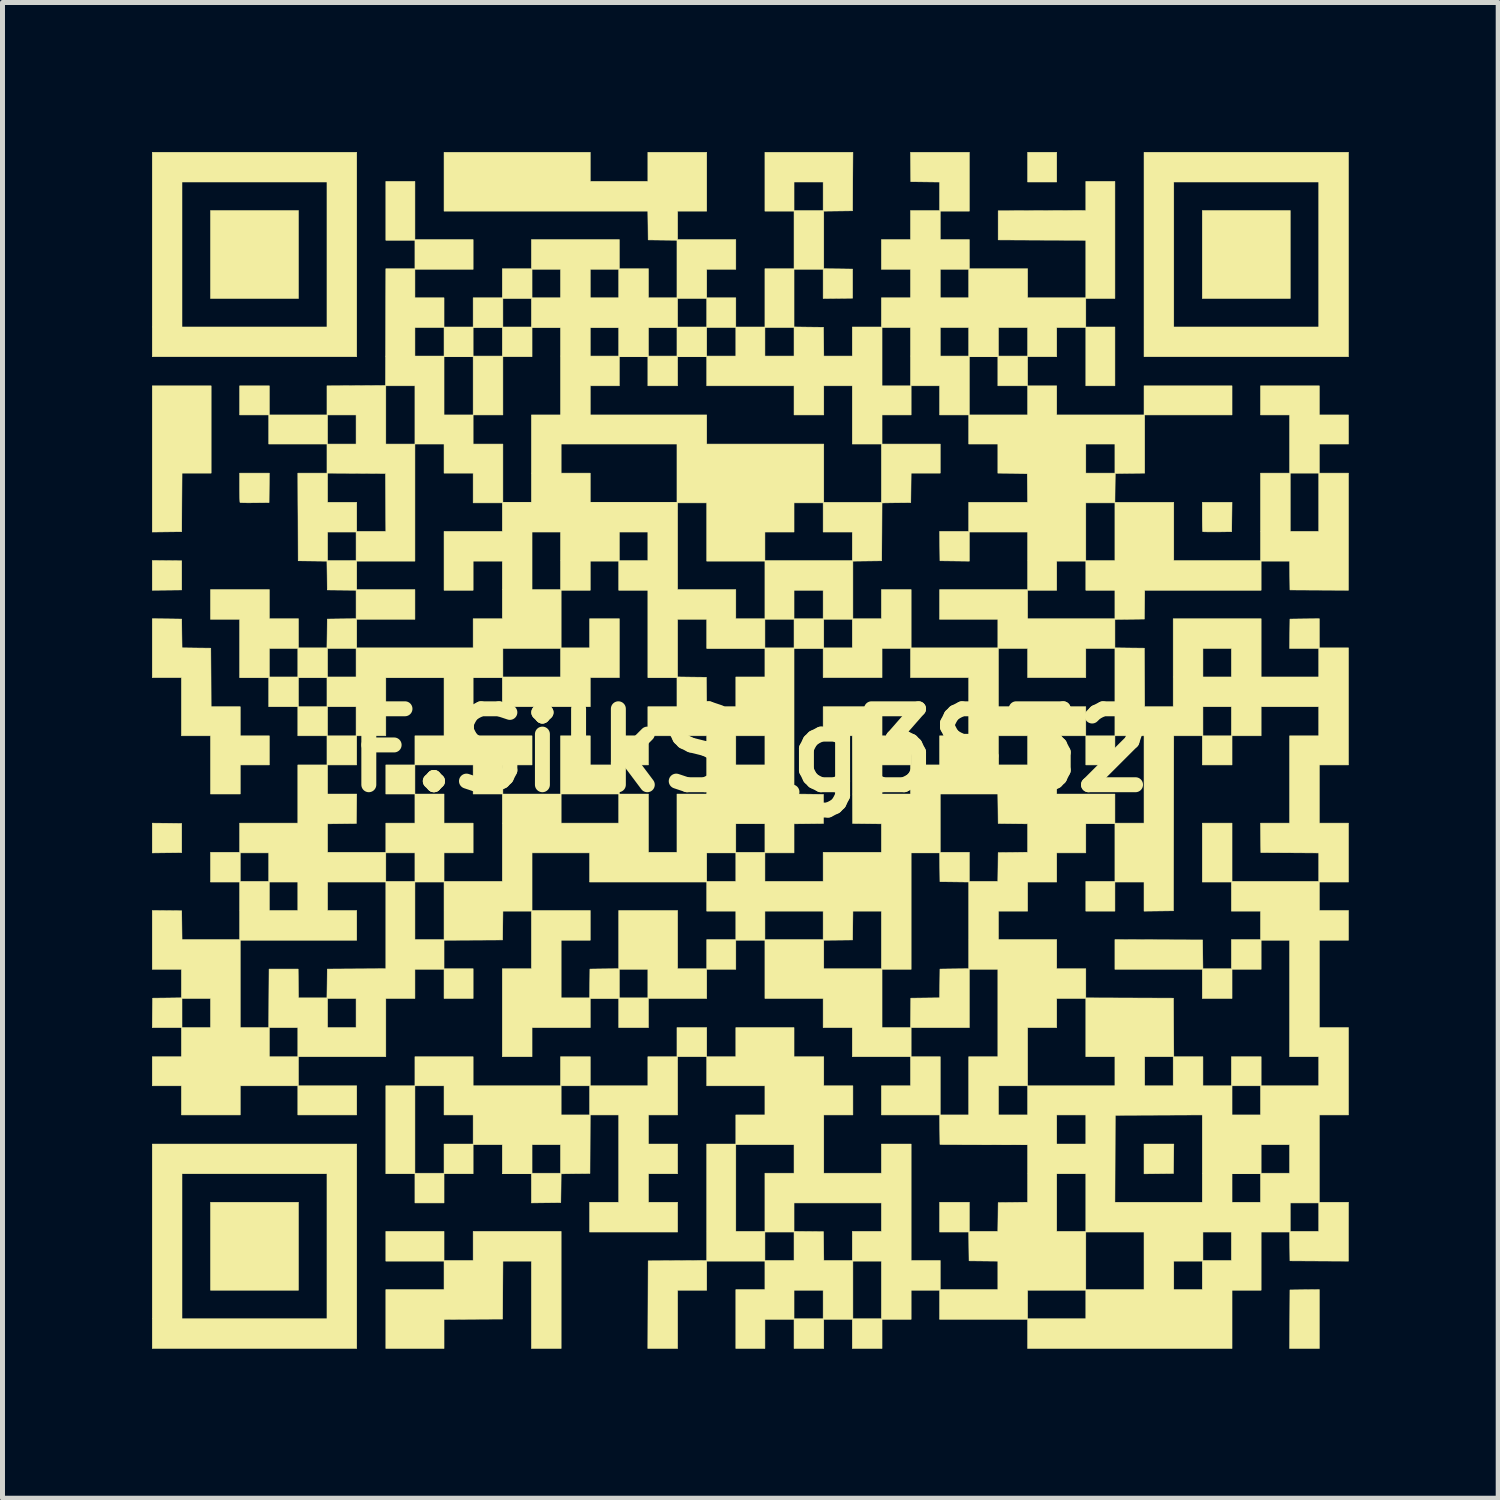
<source format=kicad_pcb>
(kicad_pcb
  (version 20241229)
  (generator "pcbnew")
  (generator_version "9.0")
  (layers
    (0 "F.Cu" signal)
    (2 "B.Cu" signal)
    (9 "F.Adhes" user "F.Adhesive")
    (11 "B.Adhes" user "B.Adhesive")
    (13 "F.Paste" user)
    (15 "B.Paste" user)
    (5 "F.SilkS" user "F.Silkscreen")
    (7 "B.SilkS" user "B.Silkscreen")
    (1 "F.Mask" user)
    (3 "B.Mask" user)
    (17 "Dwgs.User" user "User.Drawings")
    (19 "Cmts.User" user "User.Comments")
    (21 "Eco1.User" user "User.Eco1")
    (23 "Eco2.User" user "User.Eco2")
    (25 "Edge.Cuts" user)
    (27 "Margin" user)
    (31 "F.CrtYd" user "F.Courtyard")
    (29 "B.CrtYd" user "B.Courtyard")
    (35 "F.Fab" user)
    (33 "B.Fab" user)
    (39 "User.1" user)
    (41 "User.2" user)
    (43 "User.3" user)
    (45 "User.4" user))
  (footprint "F.SilkS_g3832"
    (layer "F.Cu")
    (at 12.007 12.007)
    (property "Reference" "F.SilkS_g3832" (at 0 0 0) (layer "F.SilkS") (effects (font (size 1.524 1.524) (thickness 0.3))))
    (attr through_hole)
    (fp_poly (pts (xy -9.068 -9.068) (xy -10.833 -9.068) (xy -10.833 -10.833) (xy -9.068 -10.833) (xy -9.068 -9.068)) (stroke (width 0.01) (type solid)) (fill yes) (layer "F.SilkS"))
    (fp_poly (pts (xy -9.068 10.833) (xy -10.833 10.833) (xy -10.833 9.068) (xy -9.068 9.068) (xy -9.068 10.833)) (stroke (width 0.01) (type solid)) (fill yes) (layer "F.SilkS"))
    (fp_poly (pts (xy -6.731 0.876) (xy -7.315 0.876) (xy -7.315 0.292) (xy -6.731 0.292) (xy -6.731 0.876)) (stroke (width 0.01) (type solid)) (fill yes) (layer "F.SilkS"))
    (fp_poly (pts (xy 6.147 -11.405) (xy 5.563 -11.405) (xy 5.563 -12.002) (xy 6.147 -12.002) (xy 6.147 -11.405)) (stroke (width 0.01) (type solid)) (fill yes) (layer "F.SilkS"))
    (fp_poly (pts (xy 7.315 0.292) (xy 6.731 0.292) (xy 6.731 -0.292) (xy 7.315 -0.292) (xy 7.315 0.292)) (stroke (width 0.01) (type solid)) (fill yes) (layer "F.SilkS"))
    (fp_poly (pts (xy 8.49 8.49) (xy 7.899 8.497) (xy 7.899 7.899) (xy 8.497 7.899) (xy 8.49 8.49)) (stroke (width 0.01) (type solid)) (fill yes) (layer "F.SilkS"))
    (fp_poly (pts (xy 10.833 -9.068) (xy 9.068 -9.068) (xy 9.068 -10.833) (xy 10.833 -10.833) (xy 10.833 -9.068)) (stroke (width 0.01) (type solid)) (fill yes) (layer "F.SilkS"))
    (fp_poly (pts (xy -11.706 -3.807) (xy -11.411 -3.804) (xy -11.411 -3.219) (xy -12.002 -3.213) (xy -12.002 -3.81) (xy -11.706 -3.807)) (stroke (width 0.01) (type solid)) (fill yes) (layer "F.SilkS"))
    (fp_poly (pts (xy -11.706 1.463) (xy -11.411 1.467) (xy -11.411 2.051) (xy -12.002 2.058) (xy -12.002 1.46) (xy -11.706 1.463)) (stroke (width 0.01) (type solid)) (fill yes) (layer "F.SilkS"))
    (fp_poly (pts (xy 11.417 12.002) (xy 10.82 12.002) (xy 10.827 10.827) (xy 11.122 10.823) (xy 11.417 10.82) (xy 11.417 12.002)) (stroke (width 0.01) (type solid)) (fill yes) (layer "F.SilkS"))
    (fp_poly (pts (xy -10.82 -5.563) (xy -11.404 -5.563) (xy -11.408 -4.975) (xy -11.411 -4.388) (xy -12.002 -4.381) (xy -12.002 -7.315) (xy -10.82 -7.315) (xy -10.82 -5.563)) (stroke (width 0.01) (type solid)) (fill yes) (layer "F.SilkS"))
    (fp_poly (pts (xy -7.899 -7.899) (xy -12.002 -7.899) (xy -12.002 -11.405) (xy -11.405 -11.405) (xy -11.405 -8.496) (xy -8.496 -8.496) (xy -8.496 -11.405) (xy -11.405 -11.405) (xy -12.002 -11.405) (xy -12.002 -12.002) (xy -7.899 -12.002) (xy -7.899 -7.899)) (stroke (width 0.01) (type solid)) (fill yes) (layer "F.SilkS"))
    (fp_poly (pts (xy -7.899 12.002) (xy -12.002 12.002) (xy -12.002 8.496) (xy -11.405 8.496) (xy -11.405 11.405) (xy -8.496 11.405) (xy -8.496 8.496) (xy -11.405 8.496) (xy -12.002 8.496) (xy -12.002 7.899) (xy -7.899 7.899) (xy -7.899 12.002)) (stroke (width 0.01) (type solid)) (fill yes) (layer "F.SilkS"))
    (fp_poly (pts (xy 12.002 -7.899) (xy 7.899 -7.899) (xy 7.899 -11.405) (xy 8.496 -11.405) (xy 8.496 -8.496) (xy 11.405 -8.496) (xy 11.405 -11.405) (xy 8.496 -11.405) (xy 7.899 -11.405) (xy 7.899 -12.002) (xy 12.002 -12.002) (xy 12.002 -7.899)) (stroke (width 0.01) (type solid)) (fill yes) (layer "F.SilkS"))
    (fp_poly (pts (xy -9.658 -4.972) (xy -9.945 -4.969) (xy -10.028 -4.968) (xy -10.102 -4.968) (xy -10.164 -4.969) (xy -10.21 -4.971) (xy -10.236 -4.973) (xy -10.24 -4.974) (xy -10.243 -4.989) (xy -10.245 -5.025) (xy -10.247 -5.079) (xy -10.248 -5.148) (xy -10.249 -5.227) (xy -10.249 -5.273) (xy -10.249 -5.563) (xy -9.652 -5.563) (xy -9.658 -4.972)) (stroke (width 0.01) (type solid)) (fill yes) (layer "F.SilkS"))
    (fp_poly (pts (xy 9.658 -4.388) (xy 9.372 -4.384) (xy 9.289 -4.384) (xy 9.215 -4.384) (xy 9.153 -4.385) (xy 9.107 -4.386) (xy 9.081 -4.388) (xy 9.076 -4.39) (xy 9.074 -4.404) (xy 9.072 -4.441) (xy 9.07 -4.495) (xy 9.069 -4.564) (xy 9.068 -4.643) (xy 9.068 -4.688) (xy 9.068 -4.978) (xy 9.665 -4.978) (xy 9.658 -4.388)) (stroke (width 0.01) (type solid)) (fill yes) (layer "F.SilkS"))
    (fp_poly (pts (xy -6.147 10.236) (xy -5.563 10.236) (xy -5.563 9.652) (xy -3.797 9.652) (xy -3.797 12.002) (xy -4.394 12.002) (xy -4.394 10.249) (xy -4.965 10.249) (xy -4.972 11.411) (xy -5.559 11.414) (xy -6.147 11.418) (xy -6.147 12.002) (xy -7.315 12.002) (xy -7.315 10.82) (xy -6.147 10.82) (xy -6.147 10.249) (xy -7.315 10.249) (xy -7.315 9.652) (xy -6.147 9.652) (xy -6.147 10.236)) (stroke (width 0.01) (type solid)) (fill yes) (layer "F.SilkS"))
    (fp_poly (pts (xy -11.706 -2.639) (xy -11.411 -2.635) (xy -11.408 -2.347) (xy -11.404 -2.058) (xy -11.115 -2.054) (xy -10.827 -2.051) (xy -10.823 -1.464) (xy -10.82 -0.876) (xy -10.236 -0.876) (xy -10.236 -0.292) (xy -9.652 -0.292) (xy -9.652 0.292) (xy -10.236 0.292) (xy -10.236 0.876) (xy -10.833 0.876) (xy -10.833 -0.292) (xy -11.417 -0.292) (xy -11.417 -1.46) (xy -12.002 -1.46) (xy -12.002 -2.642) (xy -11.706 -2.639)) (stroke (width 0.01) (type solid)) (fill yes) (layer "F.SilkS"))
    (fp_poly (pts (xy -0.876 6.147) (xy -1.46 6.147) (xy -1.46 7.315) (xy -2.045 7.315) (xy -2.045 7.899) (xy -1.46 7.899) (xy -1.46 8.496) (xy -2.045 8.496) (xy -2.045 9.068) (xy -1.46 9.068) (xy -1.46 9.665) (xy -3.226 9.665) (xy -3.226 9.068) (xy -2.642 9.068) (xy -2.642 7.315) (xy -3.213 7.315) (xy -3.216 7.903) (xy -3.219 8.49) (xy -3.508 8.493) (xy -3.797 8.497) (xy -3.8 8.785) (xy -3.804 9.074) (xy -4.394 9.081) (xy -4.394 8.496) (xy -4.978 8.496) (xy -4.978 7.912) (xy -4.381 7.912) (xy -4.381 8.484) (xy -3.81 8.484) (xy -3.81 7.912) (xy -4.381 7.912) (xy -4.978 7.912) (xy -5.563 7.912) (xy -5.563 8.496) (xy -6.147 8.496) (xy -6.147 9.081) (xy -6.731 9.081) (xy -6.731 8.496) (xy -7.315 8.496) (xy -7.315 6.731) (xy -6.731 6.731) (xy -6.731 8.484) (xy -6.147 8.484) (xy -6.147 7.899) (xy -5.563 7.899) (xy -5.563 7.315) (xy -6.147 7.315) (xy -6.147 6.731) (xy -6.731 6.731) (xy -6.731 6.147) (xy -5.563 6.147) (xy -5.563 6.731) (xy -3.81 6.731) (xy -3.797 6.731) (xy -3.797 7.315) (xy -3.226 7.315) (xy -3.226 6.731) (xy -3.797 6.731) (xy -3.81 6.731) (xy -3.81 6.147) (xy -3.213 6.147) (xy -3.213 6.731) (xy -2.057 6.731) (xy -2.057 6.147) (xy -1.473 6.147) (xy -1.473 5.563) (xy -0.876 5.563) (xy -0.876 6.147)) (stroke (width 0.01) (type solid)) (fill yes) (layer "F.SilkS"))
    (fp_poly (pts (xy -3.213 -11.417) (xy -2.057 -11.417) (xy -2.057 -12.002) (xy -0.876 -12.002) (xy -0.876 -10.82) (xy -1.46 -10.82) (xy -1.46 -10.249) (xy -0.292 -10.249) (xy -0.292 -9.652) (xy -0.876 -9.652) (xy -0.876 -9.081) (xy -0.292 -9.081) (xy -0.292 -8.496) (xy 0.292 -8.496) (xy 0.292 -9.665) (xy 0.876 -9.665) (xy 0.876 -10.82) (xy 0.292 -10.82) (xy 0.292 -11.405) (xy 0.876 -11.405) (xy 0.876 -10.833) (xy 1.46 -10.833) (xy 1.46 -11.405) (xy 0.876 -11.405) (xy 0.292 -11.405) (xy 0.292 -12.002) (xy 2.058 -12.002) (xy 2.054 -11.414) (xy 2.051 -10.827) (xy 1.473 -10.82) (xy 1.473 -9.665) (xy 1.762 -9.662) (xy 2.051 -9.658) (xy 2.051 -9.074) (xy 1.46 -9.067) (xy 1.46 -9.652) (xy 0.876 -9.652) (xy 0.876 -8.497) (xy 1.172 -8.493) (xy 1.467 -8.49) (xy 1.474 -7.912) (xy 2.045 -7.912) (xy 2.045 -8.484) (xy 2.642 -8.484) (xy 2.642 -7.315) (xy 3.213 -7.315) (xy 3.213 -7.899) (xy 4.394 -7.899) (xy 4.394 -6.731) (xy 5.563 -6.731) (xy 5.563 -7.315) (xy 4.966 -7.315) (xy 4.966 -7.899) (xy 4.394 -7.899) (xy 3.213 -7.899) (xy 3.213 -8.484) (xy 3.81 -8.484) (xy 3.81 -7.912) (xy 4.381 -7.912) (xy 4.381 -8.484) (xy 4.978 -8.484) (xy 4.978 -7.912) (xy 5.563 -7.912) (xy 5.563 -8.484) (xy 4.978 -8.484) (xy 4.381 -8.484) (xy 3.81 -8.484) (xy 3.213 -8.484) (xy 2.642 -8.484) (xy 2.045 -8.484) (xy 2.045 -8.496) (xy 2.629 -8.496) (xy 2.629 -9.081) (xy 3.213 -9.081) (xy 3.213 -9.652) (xy 3.81 -9.652) (xy 3.81 -9.081) (xy 4.381 -9.081) (xy 4.381 -9.652) (xy 3.81 -9.652) (xy 3.213 -9.652) (xy 2.629 -9.652) (xy 2.629 -10.249) (xy 3.213 -10.249) (xy 3.213 -10.833) (xy 3.797 -10.833) (xy 3.797 -11.404) (xy 3.219 -11.411) (xy 3.216 -11.706) (xy 3.213 -12.002) (xy 4.394 -12.002) (xy 4.394 -10.82) (xy 3.81 -10.82) (xy 3.81 -10.249) (xy 4.394 -10.249) (xy 4.394 -9.665) (xy 5.563 -9.665) (xy 5.563 -9.081) (xy 6.731 -9.081) (xy 6.731 -10.236) (xy 5.852 -10.239) (xy 4.972 -10.243) (xy 4.972 -10.827) (xy 6.731 -10.833) (xy 6.731 -11.417) (xy 7.315 -11.417) (xy 7.315 -9.068) (xy 6.731 -9.068) (xy 6.731 -8.496) (xy 7.315 -8.496) (xy 7.315 -7.315) (xy 6.731 -7.315) (xy 6.731 -8.484) (xy 6.147 -8.484) (xy 6.147 -7.899) (xy 5.563 -7.899) (xy 5.563 -7.315) (xy 6.147 -7.315) (xy 6.147 -6.731) (xy 7.899 -6.731) (xy 7.899 -7.315) (xy 9.665 -7.315) (xy 9.665 -6.731) (xy 7.912 -6.731) (xy 7.912 -5.563) (xy 7.617 -5.56) (xy 7.322 -5.556) (xy 7.318 -5.267) (xy 7.315 -4.978) (xy 8.496 -4.978) (xy 8.496 -3.81) (xy 10.236 -3.81) (xy 10.236 -5.563) (xy 10.82 -5.563) (xy 10.833 -5.563) (xy 10.833 -4.394) (xy 11.405 -4.394) (xy 11.405 -5.563) (xy 10.833 -5.563) (xy 10.82 -5.563) (xy 10.82 -6.731) (xy 10.236 -6.731) (xy 10.236 -7.315) (xy 11.417 -7.315) (xy 11.417 -6.731) (xy 12.002 -6.731) (xy 12.002 -6.147) (xy 11.417 -6.147) (xy 11.417 -5.563) (xy 12.002 -5.563) (xy 12.002 -4.388) (xy 12.001 -3.213) (xy 11.414 -3.216) (xy 10.827 -3.219) (xy 10.823 -3.508) (xy 10.82 -3.797) (xy 10.534 -3.797) (xy 10.249 -3.797) (xy 10.249 -3.213) (xy 7.913 -3.213) (xy 7.906 -2.635) (xy 7.315 -2.628) (xy 7.315 -2.058) (xy 7.61 -2.054) (xy 7.906 -2.051) (xy 7.909 -1.464) (xy 7.912 -0.876) (xy 8.484 -0.876) (xy 9.081 -0.876) (xy 9.081 -0.292) (xy 9.652 -0.292) (xy 9.652 -0.876) (xy 9.081 -0.876) (xy 8.484 -0.876) (xy 8.484 -2.045) (xy 9.081 -2.045) (xy 9.081 -1.473) (xy 9.652 -1.473) (xy 9.652 -2.045) (xy 9.081 -2.045) (xy 8.484 -2.045) (xy 8.484 -2.642) (xy 10.249 -2.642) (xy 10.249 -1.473) (xy 11.405 -1.473) (xy 11.405 -2.045) (xy 10.82 -2.045) (xy 10.823 -2.34) (xy 10.827 -2.635) (xy 11.122 -2.639) (xy 11.417 -2.642) (xy 11.417 -2.057) (xy 12.002 -2.057) (xy 12.002 0.292) (xy 11.417 0.292) (xy 11.417 1.46) (xy 12.002 1.46) (xy 12.002 2.642) (xy 11.417 2.642) (xy 11.417 3.213) (xy 12.002 3.213) (xy 12.002 3.81) (xy 11.417 3.81) (xy 11.417 5.563) (xy 12.002 5.563) (xy 12.002 7.315) (xy 11.417 7.315) (xy 11.417 9.068) (xy 12.002 9.068) (xy 12.001 9.658) (xy 12.001 10.249) (xy 11.414 10.246) (xy 10.827 10.243) (xy 10.823 9.954) (xy 10.82 9.665) (xy 10.249 9.665) (xy 10.249 10.833) (xy 9.665 10.833) (xy 9.665 12.002) (xy 5.563 12.002) (xy 5.563 11.417) (xy 3.797 11.417) (xy 3.797 10.833) (xy 5.563 10.833) (xy 5.563 11.405) (xy 6.731 11.405) (xy 6.731 10.833) (xy 5.563 10.833) (xy 3.797 10.833) (xy 3.226 10.833) (xy 3.226 11.417) (xy 2.642 11.417) (xy 2.642 12.002) (xy 2.045 12.002) (xy 2.045 11.417) (xy 1.473 11.417) (xy 1.473 12.002) (xy 0.876 12.002) (xy 0.876 11.417) (xy 0.292 11.417) (xy 0.292 12.002) (xy -0.292 12.002) (xy -0.292 10.833) (xy 0.876 10.833) (xy 0.876 11.405) (xy 1.46 11.405) (xy 1.46 10.833) (xy 0.876 10.833) (xy -0.292 10.833) (xy -0.292 10.82) (xy 0.292 10.82) (xy 0.292 10.249) (xy 2.057 10.249) (xy 2.057 11.405) (xy 2.629 11.405) (xy 2.629 10.249) (xy 2.057 10.249) (xy 0.292 10.249) (xy -0.876 10.249) (xy -0.876 10.833) (xy -1.46 10.833) (xy -1.46 12.002) (xy -2.058 12.002) (xy -2.051 10.243) (xy -0.876 10.236) (xy -0.876 9.665) (xy 0.292 9.665) (xy 0.292 10.236) (xy 0.876 10.236) (xy 0.876 9.665) (xy 0.292 9.665) (xy -0.876 9.665) (xy -0.876 7.912) (xy -0.292 7.912) (xy -0.292 9.652) (xy 0.292 9.652) (xy 0.292 9.081) (xy 0.876 9.081) (xy 0.876 9.652) (xy 1.172 9.655) (xy 1.467 9.658) (xy 1.474 10.236) (xy 2.045 10.236) (xy 2.045 9.652) (xy 2.629 9.652) (xy 2.629 9.081) (xy 0.876 9.081) (xy 0.292 9.081) (xy 0.292 8.484) (xy 0.876 8.484) (xy 0.876 7.912) (xy -0.292 7.912) (xy -0.876 7.912) (xy -0.876 7.899) (xy -0.292 7.899) (xy -0.292 7.315) (xy 0.292 7.315) (xy 0.292 6.731) (xy -0.876 6.731) (xy -0.876 6.147) (xy -0.292 6.147) (xy -0.292 5.563) (xy 0.876 5.563) (xy 0.876 6.147) (xy 1.473 6.147) (xy 1.473 6.731) (xy 2.057 6.731) (xy 2.057 7.315) (xy 1.473 7.315) (xy 1.473 8.484) (xy 2.629 8.484) (xy 2.629 7.899) (xy 3.226 7.899) (xy 3.226 10.236) (xy 3.81 10.236) (xy 3.81 10.82) (xy 4.966 10.82) (xy 4.966 10.249) (xy 4.388 10.243) (xy 4.384 9.954) (xy 4.381 9.665) (xy 6.731 9.665) (xy 6.731 10.82) (xy 7.899 10.82) (xy 7.899 10.249) (xy 8.496 10.249) (xy 8.496 10.82) (xy 9.068 10.82) (xy 9.068 10.249) (xy 8.496 10.249) (xy 7.899 10.249) (xy 7.899 9.665) (xy 9.081 9.665) (xy 9.081 10.236) (xy 9.652 10.236) (xy 9.652 9.665) (xy 9.081 9.665) (xy 7.899 9.665) (xy 6.731 9.665) (xy 4.381 9.665) (xy 3.797 9.665) (xy 3.797 9.068) (xy 4.394 9.068) (xy 4.394 9.652) (xy 4.965 9.652) (xy 4.969 9.363) (xy 4.972 9.074) (xy 5.267 9.071) (xy 5.563 9.067) (xy 5.563 8.496) (xy 6.147 8.496) (xy 6.147 9.652) (xy 6.731 9.652) (xy 6.731 9.081) (xy 10.833 9.081) (xy 10.833 9.652) (xy 11.405 9.652) (xy 11.405 9.081) (xy 10.833 9.081) (xy 6.731 9.081) (xy 6.731 9.068) (xy 7.315 9.068) (xy 9.068 9.068) (xy 9.068 8.496) (xy 9.665 8.496) (xy 9.665 9.068) (xy 10.236 9.068) (xy 10.236 8.496) (xy 9.665 8.496) (xy 9.068 8.496) (xy 9.068 7.912) (xy 10.249 7.912) (xy 10.249 8.484) (xy 10.82 8.484) (xy 10.82 7.912) (xy 10.249 7.912) (xy 9.068 7.912) (xy 9.068 7.315) (xy 7.322 7.322) (xy 7.315 9.068) (xy 6.731 9.068) (xy 6.731 8.496) (xy 6.147 8.496) (xy 5.563 8.496) (xy 5.563 7.912) (xy 4.683 7.909) (xy 3.804 7.906) (xy 3.8 7.61) (xy 3.797 7.315) (xy 2.629 7.315) (xy 2.629 6.731) (xy 3.213 6.731) (xy 3.213 6.147) (xy 2.045 6.147) (xy 2.045 5.563) (xy 1.46 5.563) (xy 1.46 4.978) (xy 0.292 4.978) (xy 0.292 4.394) (xy 2.642 4.394) (xy 2.642 5.563) (xy 3.213 5.563) (xy 3.226 5.563) (xy 3.226 6.147) (xy 3.81 6.147) (xy 3.81 7.315) (xy 4.381 7.315) (xy 4.381 6.731) (xy 4.978 6.731) (xy 4.978 7.315) (xy 5.563 7.315) (xy 6.147 7.315) (xy 6.147 7.899) (xy 6.731 7.899) (xy 6.731 7.315) (xy 6.147 7.315) (xy 5.563 7.315) (xy 5.563 6.731) (xy 4.978 6.731) (xy 4.381 6.731) (xy 4.381 6.147) (xy 4.966 6.147) (xy 4.966 5.563) (xy 5.563 5.563) (xy 5.563 6.731) (xy 7.315 6.731) (xy 7.315 6.147) (xy 7.912 6.147) (xy 7.912 6.731) (xy 8.484 6.731) (xy 8.484 6.147) (xy 7.912 6.147) (xy 7.315 6.147) (xy 6.731 6.147) (xy 6.731 4.978) (xy 6.147 4.978) (xy 6.147 5.563) (xy 5.563 5.563) (xy 4.966 5.563) (xy 4.966 4.394) (xy 4.394 4.394) (xy 4.394 5.563) (xy 3.226 5.563) (xy 3.213 5.563) (xy 3.216 5.267) (xy 3.219 4.972) (xy 3.797 4.965) (xy 3.804 4.388) (xy 4.093 4.384) (xy 4.381 4.381) (xy 4.381 3.226) (xy 4.978 3.226) (xy 4.978 3.797) (xy 6.147 3.797) (xy 6.147 4.381) (xy 6.731 4.381) (xy 6.731 4.966) (xy 8.49 4.972) (xy 8.493 5.559) (xy 8.497 6.147) (xy 9.081 6.147) (xy 9.081 6.731) (xy 9.652 6.731) (xy 9.665 6.731) (xy 9.665 7.315) (xy 10.236 7.315) (xy 10.236 6.731) (xy 9.665 6.731) (xy 9.652 6.731) (xy 9.652 6.147) (xy 10.249 6.147) (xy 10.249 6.731) (xy 11.405 6.731) (xy 11.405 6.147) (xy 10.82 6.147) (xy 10.82 3.81) (xy 10.249 3.81) (xy 10.249 4.394) (xy 9.665 4.394) (xy 9.665 4.978) (xy 9.068 4.978) (xy 9.068 4.394) (xy 7.315 4.394) (xy 7.315 3.797) (xy 9.074 3.804) (xy 9.081 4.381) (xy 9.652 4.381) (xy 9.652 3.797) (xy 10.236 3.797) (xy 10.236 3.226) (xy 9.652 3.226) (xy 9.652 2.642) (xy 9.068 2.642) (xy 9.068 1.46) (xy 9.665 1.46) (xy 9.665 2.629) (xy 11.405 2.629) (xy 11.405 2.058) (xy 10.243 2.051) (xy 10.239 1.756) (xy 10.236 1.46) (xy 10.82 1.46) (xy 10.82 -0.292) (xy 11.405 -0.292) (xy 11.405 -0.876) (xy 10.249 -0.876) (xy 10.249 -0.292) (xy 9.665 -0.292) (xy 9.665 0.292) (xy 9.068 0.292) (xy 9.068 -0.292) (xy 8.496 -0.292) (xy 8.493 1.464) (xy 8.49 3.219) (xy 7.899 3.226) (xy 7.899 2.642) (xy 7.315 2.642) (xy 7.315 3.226) (xy 6.731 3.226) (xy 6.731 2.629) (xy 7.315 2.629) (xy 7.315 1.473) (xy 6.731 1.473) (xy 6.731 2.057) (xy 6.147 2.057) (xy 6.147 2.642) (xy 5.563 2.642) (xy 5.563 3.226) (xy 4.978 3.226) (xy 4.381 3.226) (xy 4.381 2.642) (xy 3.804 2.635) (xy 3.8 2.346) (xy 3.797 2.057) (xy 3.226 2.057) (xy 3.226 4.394) (xy 2.642 4.394) (xy 0.292 4.394) (xy 0.292 3.81) (xy 1.473 3.81) (xy 1.473 4.381) (xy 2.629 4.381) (xy 2.629 3.226) (xy 2.058 3.226) (xy 2.051 3.804) (xy 1.473 3.81) (xy 0.292 3.81) (xy 0.292 3.81) (xy -0.292 3.81) (xy -0.292 4.394) (xy -0.876 4.394) (xy -0.876 4.978) (xy -2.045 4.978) (xy -2.045 5.563) (xy -2.642 5.563) (xy -2.642 4.978) (xy -3.213 4.978) (xy -3.213 5.563) (xy -4.381 5.563) (xy -4.381 6.147) (xy -4.978 6.147) (xy -4.978 4.381) (xy -4.394 4.381) (xy -4.394 3.226) (xy -4.965 3.226) (xy -4.972 3.804) (xy -5.559 3.807) (xy -6.147 3.81) (xy -6.147 4.381) (xy -5.563 4.381) (xy -5.563 4.978) (xy -6.147 4.978) (xy -6.147 4.394) (xy -6.731 4.394) (xy -6.731 4.978) (xy -7.315 4.978) (xy -7.315 6.147) (xy -9.068 6.147) (xy -9.068 6.731) (xy -7.899 6.731) (xy -7.899 7.315) (xy -9.081 7.315) (xy -9.081 6.731) (xy -10.236 6.731) (xy -10.236 7.315) (xy -11.417 7.315) (xy -11.417 6.731) (xy -12.002 6.731) (xy -12.002 6.147) (xy -11.417 6.147) (xy -11.417 5.563) (xy -12.002 5.563) (xy -11.999 5.267) (xy -11.995 4.978) (xy -11.405 4.978) (xy -11.405 5.563) (xy -10.833 5.563) (xy -10.833 4.978) (xy -11.405 4.978) (xy -11.995 4.978) (xy -11.995 4.972) (xy -11.706 4.969) (xy -11.417 4.965) (xy -11.417 4.394) (xy -12.002 4.394) (xy -12.002 3.81) (xy -10.236 3.81) (xy -10.236 5.563) (xy -9.665 5.563) (xy -9.652 5.563) (xy -9.652 6.147) (xy -9.081 6.147) (xy -9.081 5.563) (xy -9.652 5.563) (xy -9.665 5.563) (xy -9.662 4.978) (xy -8.484 4.978) (xy -8.484 5.563) (xy -7.912 5.563) (xy -7.912 4.978) (xy -8.484 4.978) (xy -9.662 4.978) (xy -9.658 4.388) (xy -9.074 4.388) (xy -9.067 4.966) (xy -8.497 4.966) (xy -8.493 4.677) (xy -8.49 4.388) (xy -7.315 4.381) (xy -7.315 2.642) (xy -6.731 2.642) (xy -6.731 3.797) (xy -6.147 3.797) (xy -6.147 2.642) (xy -6.731 2.642) (xy -7.315 2.642) (xy -8.484 2.642) (xy -8.484 3.213) (xy -7.899 3.213) (xy -7.899 3.81) (xy -10.236 3.81) (xy -12.002 3.81) (xy -12.002 3.213) (xy -11.706 3.216) (xy -11.411 3.219) (xy -11.404 3.797) (xy -10.249 3.797) (xy -10.249 2.642) (xy -9.652 2.642) (xy -9.652 3.213) (xy -9.081 3.213) (xy -9.081 2.642) (xy -9.652 2.642) (xy -10.249 2.642) (xy -10.833 2.642) (xy -10.833 2.057) (xy -10.236 2.057) (xy -10.236 2.629) (xy -9.665 2.629) (xy -9.665 2.057) (xy -7.315 2.057) (xy -7.315 2.629) (xy -6.731 2.629) (xy -6.731 2.057) (xy -7.315 2.057) (xy -9.665 2.057) (xy -10.236 2.057) (xy -10.833 2.057) (xy -10.833 2.045) (xy -10.249 2.045) (xy -10.249 1.46) (xy -9.081 1.46) (xy -9.081 0.292) (xy -8.496 0.292) (xy -8.484 0.292) (xy -8.484 0.876) (xy -7.899 0.876) (xy -7.906 1.467) (xy -8.484 1.474) (xy -8.484 2.045) (xy -7.315 2.045) (xy -7.315 1.46) (xy -6.731 1.46) (xy -6.731 0.876) (xy -6.147 0.876) (xy -6.147 1.46) (xy -5.563 1.46) (xy -5.563 2.057) (xy -6.147 2.057) (xy -6.147 2.629) (xy -4.978 2.629) (xy -4.978 2.057) (xy -4.381 2.057) (xy -4.381 3.213) (xy -3.213 3.213) (xy -3.213 3.81) (xy -3.797 3.81) (xy -3.797 4.966) (xy -3.226 4.966) (xy -3.223 4.677) (xy -3.22 4.394) (xy -2.629 4.394) (xy -2.629 4.966) (xy -2.057 4.966) (xy -2.057 4.394) (xy -2.629 4.394) (xy -3.22 4.394) (xy -3.219 4.388) (xy -2.931 4.384) (xy -2.642 4.381) (xy -2.642 3.213) (xy -1.46 3.213) (xy -1.46 4.381) (xy -0.876 4.381) (xy -0.876 3.797) (xy -0.292 3.797) (xy -0.292 3.226) (xy 0.292 3.226) (xy 0.292 3.797) (xy 1.46 3.797) (xy 1.46 3.226) (xy 0.292 3.226) (xy -0.292 3.226) (xy -0.876 3.226) (xy -0.876 2.642) (xy -3.226 2.642) (xy -3.226 2.057) (xy -0.876 2.057) (xy -0.876 2.629) (xy -0.292 2.629) (xy -0.292 2.057) (xy 0.292 2.057) (xy 0.292 2.629) (xy 1.46 2.629) (xy 1.46 2.045) (xy 2.629 2.045) (xy 2.629 1.474) (xy 2.051 1.467) (xy 2.047 0.292) (xy 2.642 0.292) (xy 2.642 0.876) (xy 3.213 0.876) (xy 3.81 0.876) (xy 3.81 2.045) (xy 4.394 2.045) (xy 4.394 2.629) (xy 4.965 2.629) (xy 4.969 2.34) (xy 4.972 2.051) (xy 5.267 2.048) (xy 5.563 2.044) (xy 5.563 1.474) (xy 4.972 1.467) (xy 4.969 1.172) (xy 4.965 0.876) (xy 3.81 0.876) (xy 3.213 0.876) (xy 3.213 0.292) (xy 2.642 0.292) (xy 2.047 0.292) (xy 2.045 -0.292) (xy 1.46 -0.292) (xy 1.46 -0.876) (xy 2.642 -0.876) (xy 2.642 -0.292) (xy 3.226 -0.292) (xy 3.226 0.292) (xy 3.797 0.292) (xy 3.797 -0.292) (xy 4.381 -0.292) (xy 4.978 -0.292) (xy 4.978 0.292) (xy 5.563 0.292) (xy 5.563 -0.292) (xy 4.978 -0.292) (xy 4.381 -0.292) (xy 4.381 -1.46) (xy 3.213 -1.46) (xy 3.213 -2.045) (xy 4.978 -2.045) (xy 4.978 -0.876) (xy 6.731 -0.876) (xy 6.731 -0.292) (xy 6.147 -0.292) (xy 6.147 0.876) (xy 7.315 0.876) (xy 7.315 1.46) (xy 7.899 1.46) (xy 7.899 -0.292) (xy 7.315 -0.292) (xy 7.315 -2.045) (xy 6.731 -2.045) (xy 6.731 -1.46) (xy 5.563 -1.46) (xy 5.563 -2.045) (xy 4.978 -2.045) (xy 3.213 -2.045) (xy 2.642 -2.045) (xy 2.642 -1.46) (xy 1.46 -1.46) (xy 1.46 -2.045) (xy 0.876 -2.045) (xy 0.876 0.876) (xy 1.172 0.879) (xy 1.467 0.883) (xy 1.467 1.467) (xy 0.876 1.474) (xy 0.876 2.057) (xy 0.292 2.057) (xy -0.292 2.057) (xy -0.876 2.057) (xy -3.226 2.057) (xy -4.381 2.057) (xy -4.978 2.057) (xy -4.978 0.876) (xy -5.563 0.876) (xy -5.563 0.292) (xy -6.731 0.292) (xy -6.731 -0.292) (xy -6.147 -0.292) (xy -6.147 -1.46) (xy -5.563 -1.46) (xy -5.563 -0.292) (xy -4.381 -0.292) (xy -4.381 0.292) (xy -4.966 0.292) (xy -4.966 0.876) (xy -3.81 0.876) (xy -3.797 0.876) (xy -3.797 1.46) (xy -2.642 1.46) (xy -2.642 0.876) (xy -3.797 0.876) (xy -3.81 0.876) (xy -3.81 -0.292) (xy -3.213 -0.292) (xy -3.213 0.292) (xy -2.642 0.292) (xy -2.629 0.292) (xy -2.629 0.876) (xy -2.045 0.876) (xy -2.045 2.045) (xy -1.473 2.045) (xy -1.473 1.473) (xy -0.292 1.473) (xy -0.292 2.045) (xy 0.292 2.045) (xy 0.292 1.473) (xy -0.292 1.473) (xy -1.473 1.473) (xy -1.473 0.876) (xy -0.876 0.876) (xy -0.876 -0.292) (xy -0.292 -0.292) (xy -0.292 0.292) (xy 0.292 0.292) (xy 0.292 -0.292) (xy -0.292 -0.292) (xy -0.876 -0.292) (xy -2.045 -0.292) (xy -2.045 0.292) (xy -2.629 0.292) (xy -2.642 0.292) (xy -2.642 -0.292) (xy -2.057 -0.292) (xy -2.057 -0.876) (xy -1.473 -0.876) (xy -1.473 -1.46) (xy -2.057 -1.46) (xy -2.057 -2.629) (xy -1.46 -2.629) (xy -1.46 -1.474) (xy -1.172 -1.47) (xy -0.883 -1.467) (xy -0.876 -0.876) (xy -0.292 -0.876) (xy -0.292 -1.473) (xy 0.292 -1.473) (xy 0.292 -2.045) (xy -0.876 -2.045) (xy -0.876 -2.629) (xy 0.292 -2.629) (xy 0.292 -2.057) (xy 0.876 -2.057) (xy 0.876 -2.629) (xy 1.473 -2.629) (xy 1.473 -2.057) (xy 2.045 -2.057) (xy 2.045 -2.629) (xy 1.473 -2.629) (xy 0.876 -2.629) (xy 0.292 -2.629) (xy -0.876 -2.629) (xy -1.46 -2.629) (xy -2.057 -2.629) (xy -2.057 -3.213) (xy -2.642 -3.213) (xy -2.642 -3.797) (xy -3.213 -3.797) (xy -3.213 -3.213) (xy -3.797 -3.213) (xy -3.797 -2.057) (xy -3.226 -2.057) (xy -3.226 -2.642) (xy -2.629 -2.642) (xy -2.629 -1.46) (xy -3.213 -1.46) (xy -3.213 -0.876) (xy -4.978 -0.876) (xy -4.978 -1.46) (xy -5.563 -1.46) (xy -6.147 -1.46) (xy -7.315 -1.46) (xy -7.315 -0.292) (xy -7.899 -0.292) (xy -7.899 0.292) (xy -8.484 0.292) (xy -8.496 0.292) (xy -8.496 -0.292) (xy -9.081 -0.292) (xy -9.081 -0.876) (xy -9.665 -0.876) (xy -9.665 -1.46) (xy -9.068 -1.46) (xy -9.068 -0.876) (xy -8.496 -0.876) (xy -8.484 -0.876) (xy -8.484 -0.292) (xy -7.912 -0.292) (xy -7.912 -0.876) (xy -8.484 -0.876) (xy -8.496 -0.876) (xy -8.496 -1.46) (xy -9.068 -1.46) (xy -9.665 -1.46) (xy -10.249 -1.46) (xy -10.249 -2.045) (xy -9.652 -2.045) (xy -9.652 -1.473) (xy -9.081 -1.473) (xy -9.081 -2.045) (xy -8.484 -2.045) (xy -8.484 -1.473) (xy -7.912 -1.473) (xy -7.912 -2.045) (xy -4.966 -2.045) (xy -4.966 -1.473) (xy -3.81 -1.473) (xy -3.81 -2.045) (xy -4.966 -2.045) (xy -7.912 -2.045) (xy -8.484 -2.045) (xy -9.081 -2.045) (xy -9.652 -2.045) (xy -10.249 -2.045) (xy -10.249 -2.629) (xy -10.833 -2.629) (xy -10.833 -3.226) (xy -9.652 -3.226) (xy -9.652 -2.642) (xy -9.068 -2.642) (xy -9.068 -2.057) (xy -8.497 -2.057) (xy -8.493 -2.346) (xy -8.49 -2.635) (xy -8.201 -2.639) (xy -7.912 -2.642) (xy -7.912 -3.213) (xy -8.201 -3.216) (xy -8.49 -3.219) (xy -8.493 -3.508) (xy -8.497 -3.797) (xy -8.537 -3.797) (xy -7.899 -3.797) (xy -7.899 -3.226) (xy -6.731 -3.226) (xy -6.731 -2.629) (xy -7.899 -2.629) (xy -7.899 -2.057) (xy -5.563 -2.057) (xy -5.563 -2.642) (xy -4.978 -2.642) (xy -4.978 -3.797) (xy -5.563 -3.797) (xy -5.563 -3.213) (xy -6.147 -3.213) (xy -6.147 -4.381) (xy -4.381 -4.381) (xy -4.381 -3.226) (xy -3.81 -3.226) (xy -3.81 -4.381) (xy -2.629 -4.381) (xy -2.629 -3.81) (xy -2.057 -3.81) (xy -2.057 -4.381) (xy -2.629 -4.381) (xy -3.81 -4.381) (xy -4.381 -4.381) (xy -6.147 -4.381) (xy -6.147 -4.394) (xy -4.978 -4.394) (xy -4.978 -4.966) (xy -1.46 -4.966) (xy -1.46 -3.226) (xy -0.292 -3.226) (xy -0.292 -2.642) (xy 0.292 -2.642) (xy 0.292 -3.213) (xy 0.876 -3.213) (xy 0.876 -2.642) (xy 1.46 -2.642) (xy 1.46 -3.213) (xy 0.876 -3.213) (xy 0.292 -3.213) (xy 0.292 -3.797) (xy 2.057 -3.797) (xy 2.057 -2.642) (xy 2.629 -2.642) (xy 2.629 -3.226) (xy 3.226 -3.226) (xy 3.226 -2.057) (xy 4.966 -2.057) (xy 4.966 -2.629) (xy 3.797 -2.629) (xy 3.797 -3.213) (xy 5.563 -3.213) (xy 5.563 -2.642) (xy 7.315 -2.642) (xy 7.315 -3.213) (xy 6.731 -3.213) (xy 6.731 -3.797) (xy 6.147 -3.797) (xy 6.147 -3.213) (xy 5.563 -3.213) (xy 3.797 -3.213) (xy 3.797 -3.226) (xy 5.563 -3.226) (xy 5.563 -4.381) (xy 4.394 -4.381) (xy 4.394 -3.797) (xy 3.804 -3.804) (xy 3.8 -4.099) (xy 3.797 -4.394) (xy 4.381 -4.394) (xy 4.381 -4.966) (xy 6.731 -4.966) (xy 6.731 -3.81) (xy 7.315 -3.81) (xy 7.315 -4.966) (xy 6.731 -4.966) (xy 4.381 -4.966) (xy 4.381 -4.978) (xy 5.563 -4.978) (xy 5.556 -5.556) (xy 5.261 -5.56) (xy 4.966 -5.563) (xy 4.966 -6.147) (xy 6.731 -6.147) (xy 6.731 -5.563) (xy 7.315 -5.563) (xy 7.315 -6.147) (xy 6.731 -6.147) (xy 4.966 -6.147) (xy 4.381 -6.147) (xy 4.381 -6.731) (xy 3.797 -6.731) (xy 3.797 -7.315) (xy 3.226 -7.315) (xy 3.226 -6.731) (xy 2.642 -6.731) (xy 2.642 -6.147) (xy 3.81 -6.147) (xy 3.81 -5.563) (xy 3.226 -5.563) (xy 3.219 -4.972) (xy 2.931 -4.969) (xy 2.642 -4.965) (xy 2.639 -4.384) (xy 2.635 -3.804) (xy 2.057 -3.797) (xy 0.292 -3.797) (xy 0.292 -3.797) (xy -0.876 -3.797) (xy -0.876 -4.381) (xy 0.292 -4.381) (xy 0.292 -3.81) (xy 2.045 -3.81) (xy 2.045 -4.381) (xy 1.46 -4.381) (xy 1.46 -4.966) (xy 0.876 -4.966) (xy 0.876 -4.381) (xy 0.292 -4.381) (xy -0.876 -4.381) (xy -0.876 -4.966) (xy -1.46 -4.966) (xy -4.978 -4.966) (xy -5.563 -4.966) (xy -5.563 -5.563) (xy -6.147 -5.563) (xy -6.147 -6.147) (xy -6.731 -6.147) (xy -6.731 -3.797) (xy -7.899 -3.797) (xy -8.537 -3.797) (xy -8.785 -3.8) (xy -9.074 -3.804) (xy -9.076 -4.381) (xy -8.484 -4.381) (xy -8.484 -3.81) (xy -7.912 -3.81) (xy -7.912 -4.381) (xy -8.484 -4.381) (xy -9.076 -4.381) (xy -9.077 -4.683) (xy -9.079 -4.978) (xy -8.484 -4.978) (xy -7.899 -4.978) (xy -7.899 -4.394) (xy -7.315 -4.394) (xy -7.322 -5.556) (xy -7.903 -5.56) (xy -8.484 -5.563) (xy -8.484 -4.978) (xy -9.079 -4.978) (xy -9.081 -5.563) (xy -8.788 -5.563) (xy -8.496 -5.563) (xy -8.496 -6.147) (xy -9.665 -6.147) (xy -9.665 -6.731) (xy -10.249 -6.731) (xy -10.249 -7.315) (xy -9.652 -7.315) (xy -9.652 -6.731) (xy -8.496 -6.731) (xy -8.484 -6.731) (xy -8.484 -6.147) (xy -7.912 -6.147) (xy -7.912 -6.731) (xy -8.484 -6.731) (xy -8.496 -6.731) (xy -8.496 -7.315) (xy -8.451 -7.315) (xy -7.315 -7.315) (xy -7.315 -6.147) (xy -6.731 -6.147) (xy -6.731 -7.315) (xy -7.315 -7.315) (xy -8.451 -7.315) (xy -7.909 -7.318) (xy -7.322 -7.322) (xy -7.32 -7.899) (xy -6.147 -7.899) (xy -6.147 -6.731) (xy -5.563 -6.731) (xy -5.563 -6.147) (xy -4.966 -6.147) (xy -4.966 -4.978) (xy -4.394 -4.978) (xy -4.394 -6.147) (xy -3.797 -6.147) (xy -3.797 -5.563) (xy -3.213 -5.563) (xy -3.213 -4.978) (xy -1.473 -4.978) (xy -1.473 -6.147) (xy -3.797 -6.147) (xy -4.394 -6.147) (xy -4.394 -6.731) (xy -3.81 -6.731) (xy -3.81 -7.315) (xy -3.213 -7.315) (xy -3.213 -6.731) (xy -0.876 -6.731) (xy -0.876 -6.147) (xy 1.473 -6.147) (xy 1.473 -4.978) (xy 2.629 -4.978) (xy 2.629 -6.147) (xy 2.045 -6.147) (xy 2.045 -7.315) (xy 1.473 -7.315) (xy 1.473 -6.731) (xy 0.876 -6.731) (xy 0.876 -7.315) (xy -0.876 -7.315) (xy -0.876 -7.899) (xy -1.46 -7.899) (xy -1.46 -7.315) (xy -2.057 -7.315) (xy -2.057 -7.899) (xy -2.629 -7.899) (xy -2.629 -7.315) (xy -3.213 -7.315) (xy -3.81 -7.315) (xy -3.81 -8.484) (xy -3.213 -8.484) (xy -3.213 -7.912) (xy -2.642 -7.912) (xy -2.642 -8.484) (xy -2.045 -8.484) (xy -2.045 -7.912) (xy -1.473 -7.912) (xy -1.473 -8.484) (xy -0.876 -8.484) (xy -0.876 -7.912) (xy -0.292 -7.912) (xy -0.292 -8.484) (xy 0.292 -8.484) (xy 0.292 -7.912) (xy 0.876 -7.912) (xy 0.876 -8.484) (xy 0.292 -8.484) (xy -0.292 -8.484) (xy -0.876 -8.484) (xy -1.473 -8.484) (xy -2.045 -8.484) (xy -2.642 -8.484) (xy -3.213 -8.484) (xy -3.81 -8.484) (xy -4.381 -8.484) (xy -4.381 -7.899) (xy -4.966 -7.899) (xy -4.966 -6.731) (xy -5.563 -6.731) (xy -5.563 -7.899) (xy -6.147 -7.899) (xy -7.32 -7.899) (xy -7.318 -8.484) (xy -6.731 -8.484) (xy -6.731 -7.912) (xy -6.147 -7.912) (xy -6.147 -8.484) (xy -5.563 -8.484) (xy -5.563 -7.912) (xy -4.978 -7.912) (xy -4.978 -8.484) (xy -5.563 -8.484) (xy -6.147 -8.484) (xy -6.731 -8.484) (xy -7.318 -8.484) (xy -7.315 -9.665) (xy -6.731 -9.665) (xy -6.731 -10.236) (xy -7.315 -10.236) (xy -7.315 -11.417) (xy -6.731 -11.417) (xy -6.731 -10.249) (xy -5.563 -10.249) (xy -5.563 -9.652) (xy -6.731 -9.652) (xy -6.731 -9.081) (xy -6.147 -9.081) (xy -6.147 -8.496) (xy -5.563 -8.496) (xy -5.563 -9.068) (xy -4.966 -9.068) (xy -4.966 -8.496) (xy -4.394 -8.496) (xy -4.394 -9.068) (xy -1.46 -9.068) (xy -1.46 -8.496) (xy -0.876 -8.496) (xy -0.876 -9.068) (xy -1.46 -9.068) (xy -4.394 -9.068) (xy -4.966 -9.068) (xy -5.563 -9.068) (xy -5.563 -9.081) (xy -4.978 -9.081) (xy -4.978 -9.652) (xy -4.381 -9.652) (xy -4.381 -9.081) (xy -3.81 -9.081) (xy -3.81 -9.652) (xy -3.213 -9.652) (xy -3.213 -9.081) (xy -2.642 -9.081) (xy -2.642 -9.652) (xy -3.213 -9.652) (xy -3.81 -9.652) (xy -4.381 -9.652) (xy -4.978 -9.652) (xy -4.978 -9.665) (xy -4.394 -9.665) (xy -4.394 -10.249) (xy -2.629 -10.249) (xy -2.629 -9.665) (xy -2.045 -9.665) (xy -2.045 -9.081) (xy -1.473 -9.081) (xy -1.473 -10.236) (xy -2.051 -10.243) (xy -2.054 -10.531) (xy -2.058 -10.82) (xy -6.147 -10.82) (xy -6.147 -12.002) (xy -3.213 -12.002) (xy -3.213 -11.417)) (stroke (width 0.01) (type solid)) (fill yes) (layer "F.SilkS")))
  (gr_rect
    (start -3 -3)
    (end 27.013 27.013)
    (stroke (width 0.1) (type default))
    (fill no)
    (layer "Edge.Cuts")))
</source>
